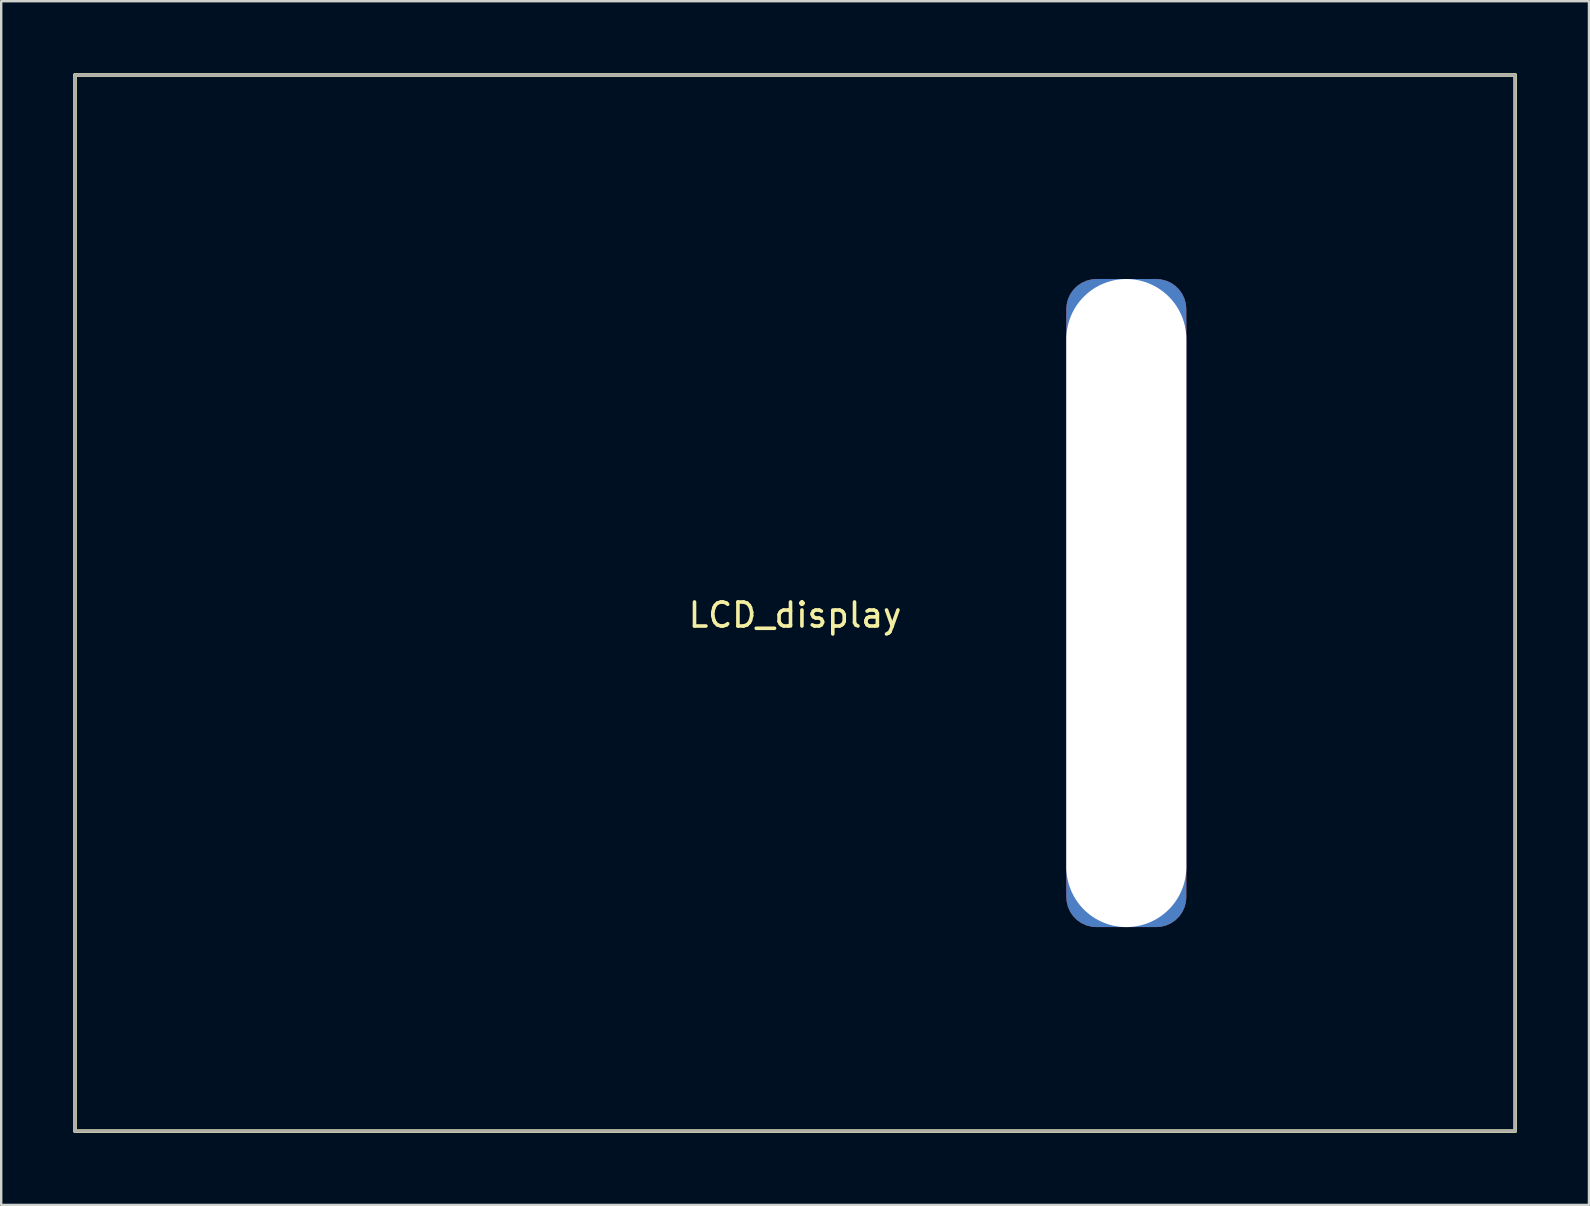
<source format=kicad_pcb>
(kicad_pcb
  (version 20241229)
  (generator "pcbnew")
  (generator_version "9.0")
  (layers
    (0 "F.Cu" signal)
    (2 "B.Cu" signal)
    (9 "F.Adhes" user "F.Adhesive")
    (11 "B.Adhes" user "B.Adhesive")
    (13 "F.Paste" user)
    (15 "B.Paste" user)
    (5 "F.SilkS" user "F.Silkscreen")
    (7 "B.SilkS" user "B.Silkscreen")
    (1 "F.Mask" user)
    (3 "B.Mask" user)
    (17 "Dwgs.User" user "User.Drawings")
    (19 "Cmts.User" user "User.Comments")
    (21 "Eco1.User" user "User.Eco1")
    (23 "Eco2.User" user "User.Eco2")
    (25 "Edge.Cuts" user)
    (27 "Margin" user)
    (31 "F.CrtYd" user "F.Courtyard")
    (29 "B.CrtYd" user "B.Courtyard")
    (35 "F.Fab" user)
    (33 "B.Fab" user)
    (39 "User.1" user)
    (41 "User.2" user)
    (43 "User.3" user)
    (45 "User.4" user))
  (footprint "LCD_display"
    (layer "F.Cu")
    (at 30.075 22.075)
    (property "Reference" "LCD_display" (at 0 0.5 0) (layer "F.SilkS") (effects (font (size 1 1) (thickness 0.15))))
    (attr through_hole)
    (fp_line (start -30 -22) (end -30 22) (stroke (width 0.15) (type solid)) (layer "F.SilkS"))
    (fp_line (start -30 -22) (end 30 -22) (stroke (width 0.15) (type solid)) (layer "F.SilkS"))
    (fp_line (start 30 22) (end -30 22) (stroke (width 0.15) (type solid)) (layer "F.SilkS"))
    (fp_line (start 30 22) (end 30 -22) (stroke (width 0.15) (type solid)) (layer "F.SilkS"))
    (fp_line (start -30 -22) (end -30 22) (stroke (width 0.12) (type solid)) (layer "F.Fab"))
    (fp_line (start -30 -22) (end 30 -22) (stroke (width 0.12) (type solid)) (layer "F.Fab"))
    (fp_line (start -30 22) (end 30 22) (stroke (width 0.12) (type solid)) (layer "F.Fab"))
    (fp_line (start 30 22) (end 30 -22) (stroke (width 0.12) (type solid)) (layer "F.Fab"))
    (pad "" np_thru_hole roundrect (at 13.8 0) (size 5 27) (drill oval 5 27) (layers "*.Cu" "*.Mask") (roundrect_rratio 0.25)))
  (gr_rect
    (start -3 -3)
    (end 63.15 47.15)
    (stroke (width 0.1) (type default))
    (fill no)
    (layer "Edge.Cuts")))
</source>
